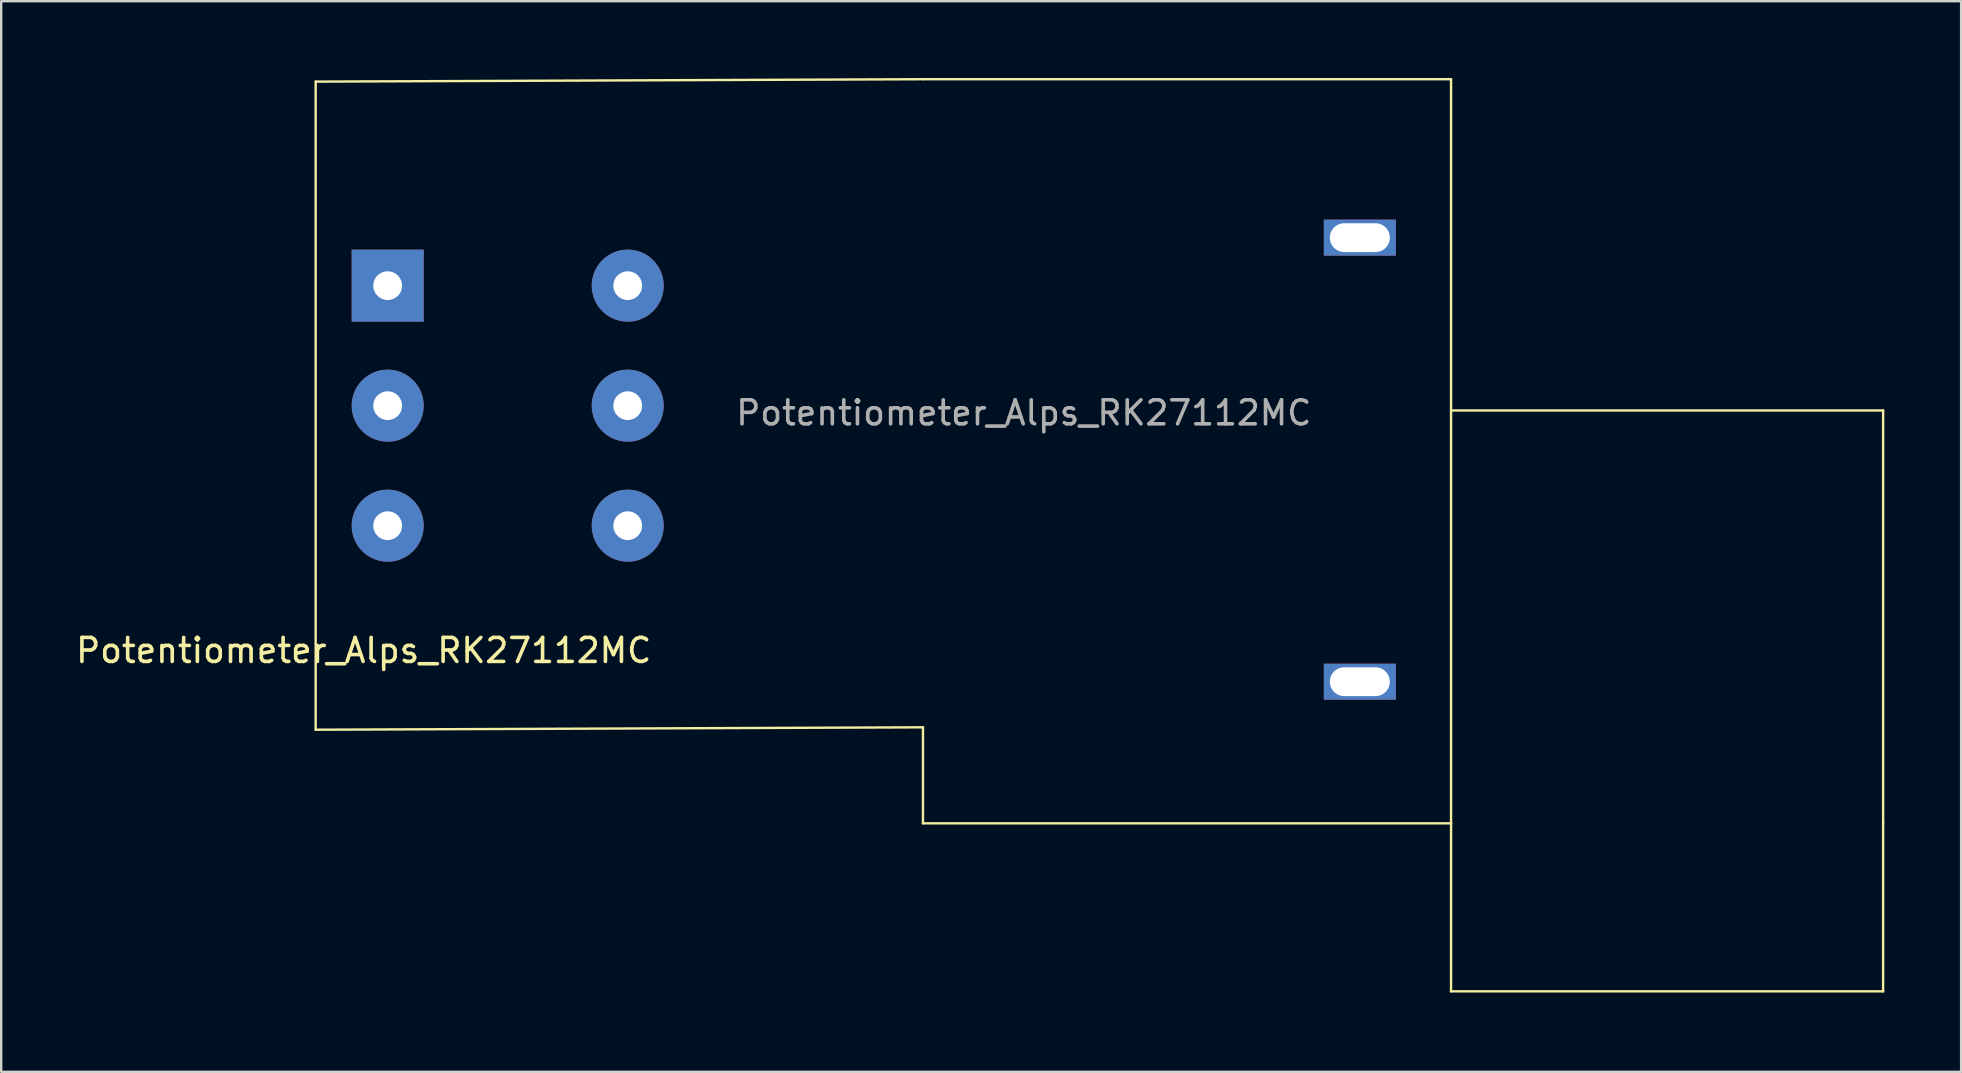
<source format=kicad_pcb>
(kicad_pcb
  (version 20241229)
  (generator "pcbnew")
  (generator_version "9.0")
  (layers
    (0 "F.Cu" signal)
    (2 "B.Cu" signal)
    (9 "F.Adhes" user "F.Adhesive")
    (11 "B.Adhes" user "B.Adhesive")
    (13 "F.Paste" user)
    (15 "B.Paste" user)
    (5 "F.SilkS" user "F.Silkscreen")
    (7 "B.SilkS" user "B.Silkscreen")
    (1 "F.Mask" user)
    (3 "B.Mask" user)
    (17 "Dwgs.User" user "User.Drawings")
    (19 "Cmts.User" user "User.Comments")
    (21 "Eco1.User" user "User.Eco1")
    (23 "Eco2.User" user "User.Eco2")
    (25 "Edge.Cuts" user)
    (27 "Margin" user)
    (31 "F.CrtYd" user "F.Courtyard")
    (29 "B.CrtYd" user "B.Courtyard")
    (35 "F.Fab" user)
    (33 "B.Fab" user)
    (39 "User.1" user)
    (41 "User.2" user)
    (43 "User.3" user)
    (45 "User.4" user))
  (footprint "Potentiometer_Alps_RK27112MC"
    (layer "F.Cu")
    (at 12.101 8.85)
    (property "Reference" "Potentiometer_Alps_RK27112MC" (at -0.000001 15.2 180) (layer "F.SilkS") (effects (font (size 1 1) (thickness 0.15))))
    (attr through_hole)
    (fp_line (start -2 -8.5) (end -2 18.5) (stroke (width 0.1) (type default)) (layer "F.SilkS"))
    (fp_line (start -2 -8.5) (end 23.3 -8.6) (stroke (width 0.1) (type default)) (layer "F.SilkS"))
    (fp_line (start -2 18.5) (end 23.3 18.4) (stroke (width 0.1) (type default)) (layer "F.SilkS"))
    (fp_line (start 23.3 -8.6) (end 45.3 -8.6) (stroke (width 0.1) (type default)) (layer "F.SilkS"))
    (fp_line (start 23.3 18.4) (end 23.3 22.4) (stroke (width 0.1) (type default)) (layer "F.SilkS"))
    (fp_line (start 23.3 22.4) (end 45.3 22.4) (stroke (width 0.1) (type default)) (layer "F.SilkS"))
    (fp_line (start 45.3 22.4) (end 45.3 -8.6) (stroke (width 0.1) (type default)) (layer "F.SilkS"))
    (fp_line (start 45.3 29.4) (end 45.3 22.4) (stroke (width 0.1) (type default)) (layer "F.SilkS"))
    (fp_line (start 63.3 5.2) (end 45.3 5.2) (stroke (width 0.1) (type default)) (layer "F.SilkS"))
    (fp_line (start 63.3 22.4) (end 63.3 5.2) (stroke (width 0.1) (type default)) (layer "F.SilkS"))
    (fp_line (start 63.3 22.4) (end 63.3 29.4) (stroke (width 0.1) (type default)) (layer "F.SilkS"))
    (fp_line (start 63.3 29.4) (end 45.3 29.4) (stroke (width 0.1) (type default)) (layer "F.SilkS"))
    (fp_rect (start -2.35 -8.8) (end 63.5 29.7) (stroke (width 0.1) (type default)) (fill no) (layer "Margin"))
    (fp_text user "${REFERENCE}" (at 27.5 5.3 180) (layer "F.Fab") (effects (font (size 1 1) (thickness 0.15))))
    (pad "" thru_hole rect (at 41.5 -2) (size 3 1.5) (drill oval 2.5 1.2) (property pad_prop_mechanical) (layers "*.Mask"))
    (pad "" thru_hole rect (at 41.5 16.5) (size 3 1.5) (drill oval 2.5 1.2) (property pad_prop_mechanical) (layers "*.Mask"))
    (pad "1" thru_hole circle (at 1 10 180) (size 3 3) (drill 1.2) (layers "*.Cu" "*.Mask"))
    (pad "2" thru_hole circle (at 1 5 180) (size 3 3) (drill 1.2) (layers "*.Cu" "*.Mask"))
    (pad "3" thru_hole rect (at 1 0 180) (size 3 3) (drill 1.2) (layers "*.Cu" "*.Mask"))
    (pad "4" thru_hole circle (at 11 10 180) (size 3 3) (drill 1.2) (layers "*.Cu" "*.Mask"))
    (pad "5" thru_hole circle (at 11 5 180) (size 3 3) (drill 1.2) (layers "*.Cu" "*.Mask"))
    (pad "6" thru_hole circle (at 11 0 180) (size 3 3) (drill 1.2) (layers "*.Cu" "*.Mask")))
  (gr_rect
    (start -3 -3)
    (end 78.651 41.6)
    (stroke (width 0.1) (type default))
    (fill no)
    (layer "Edge.Cuts")))
</source>
